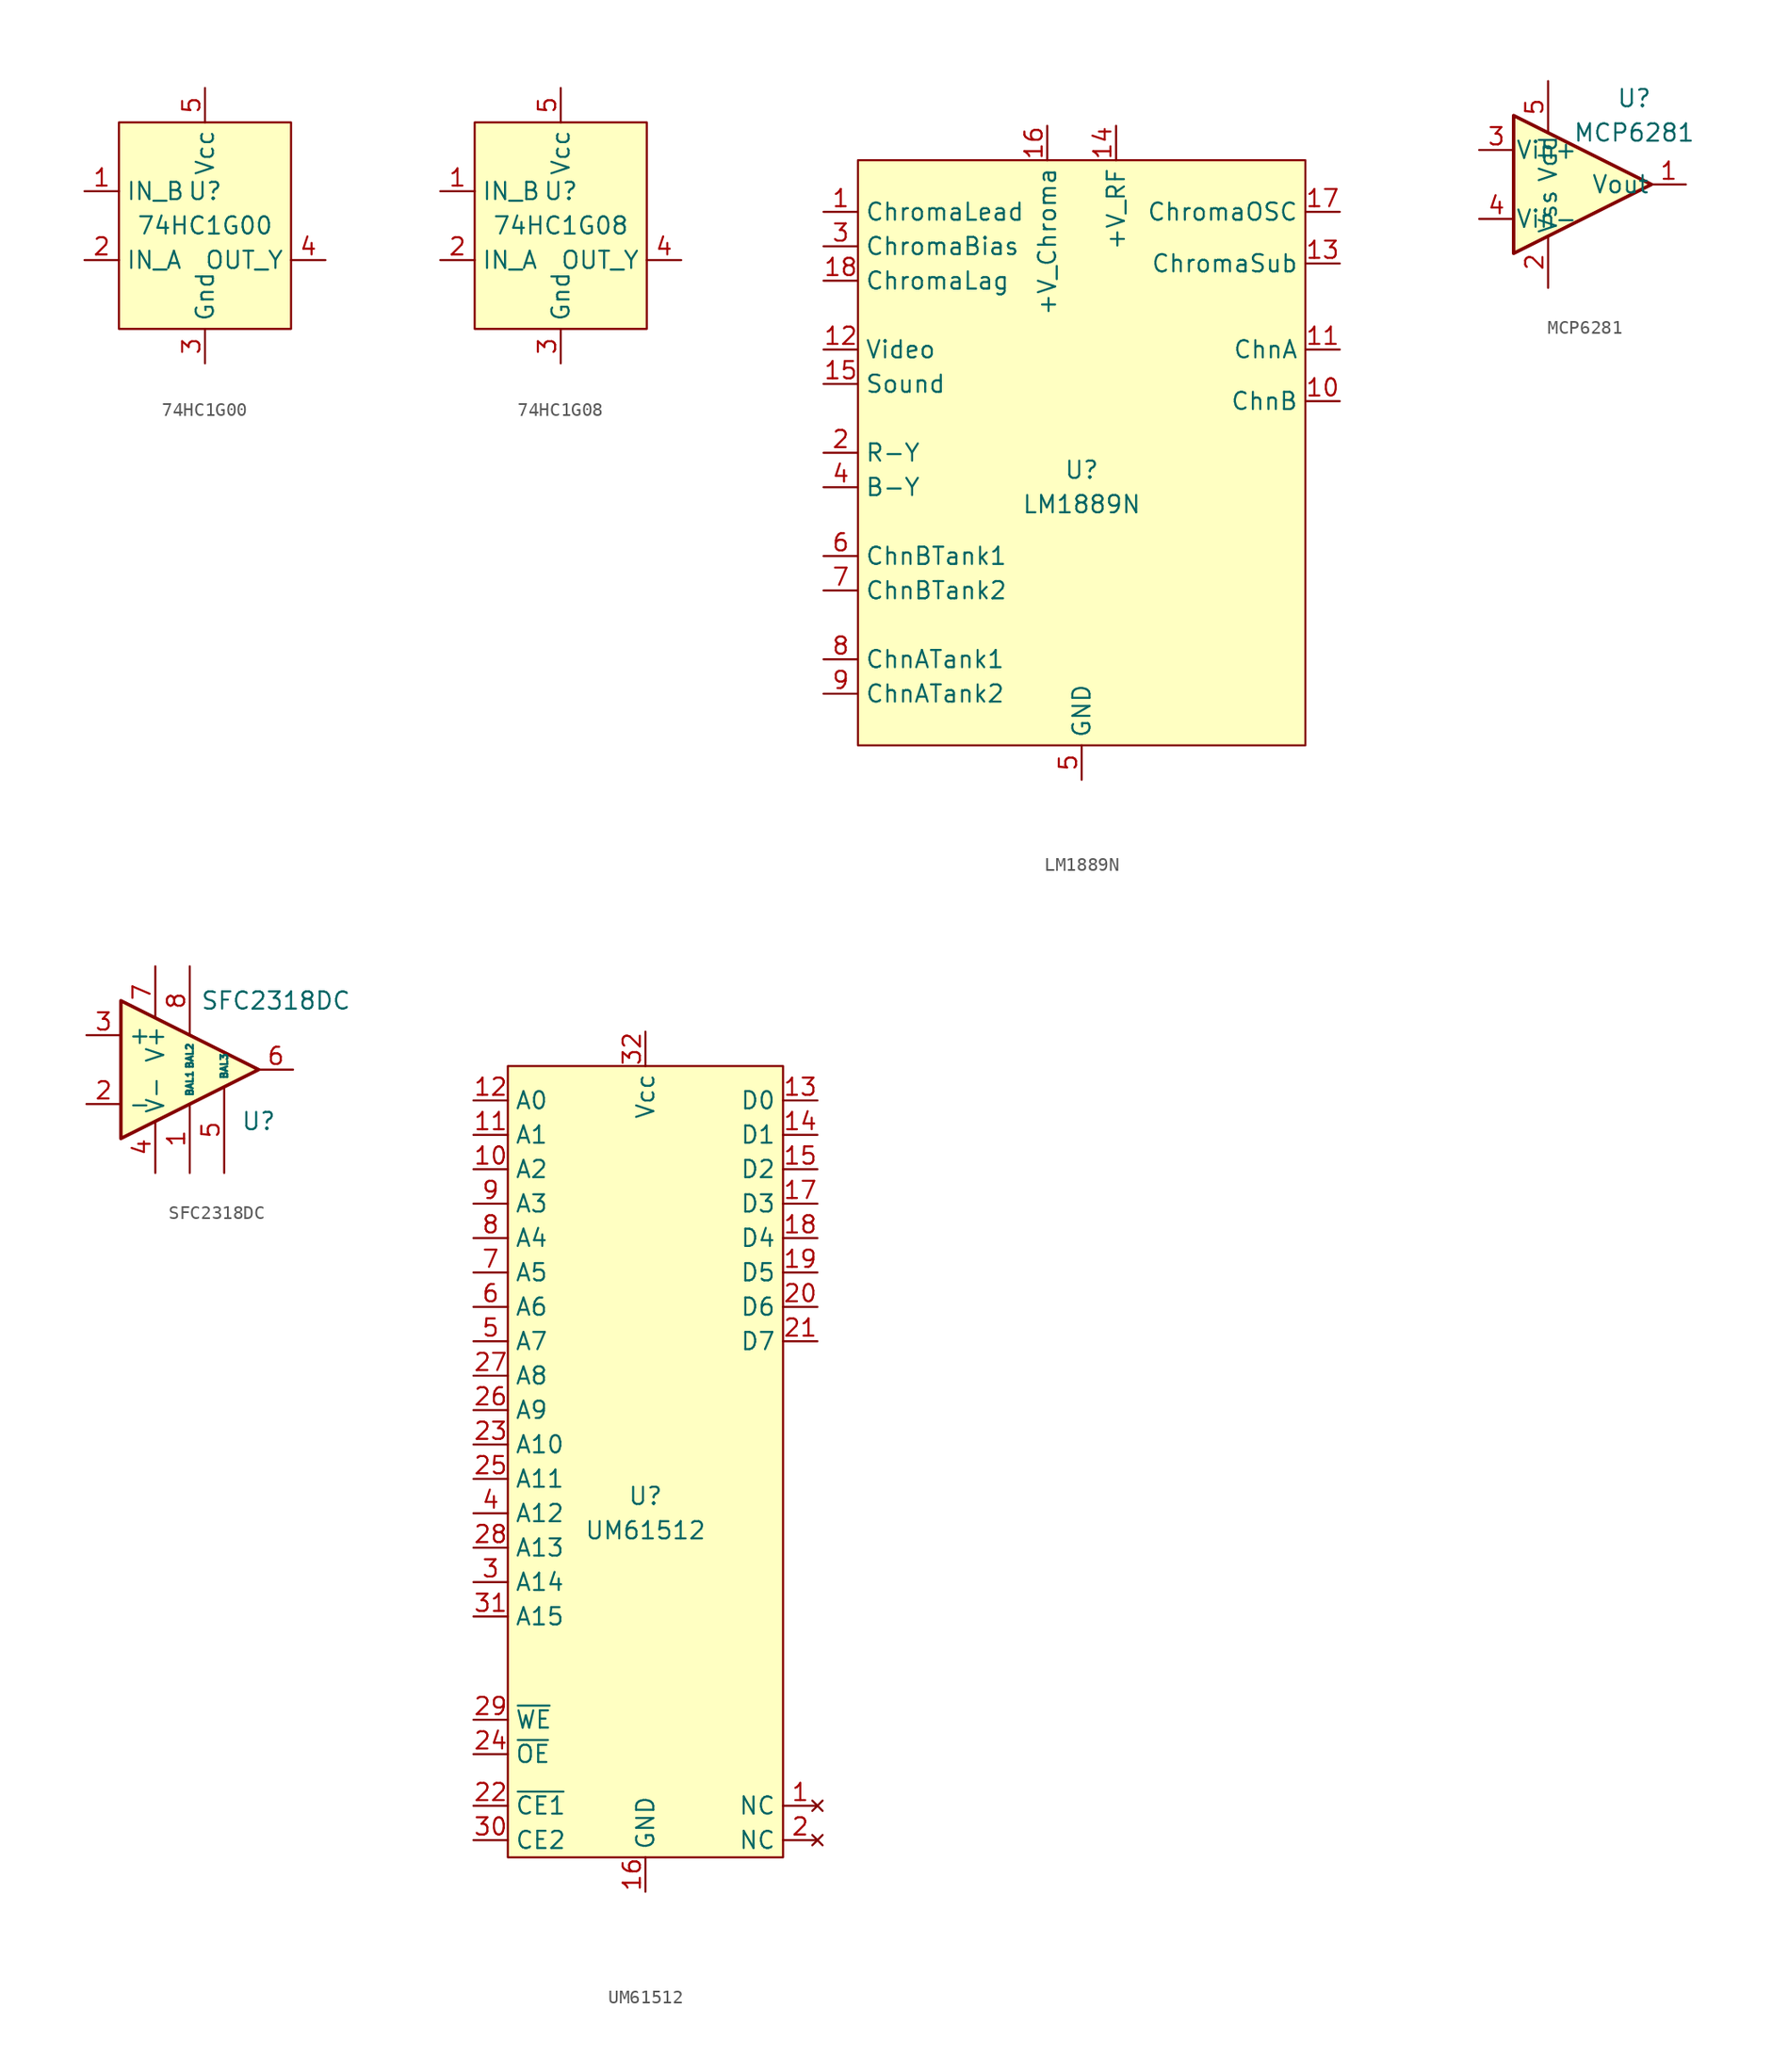
<source format=kicad_sym>
(kicad_symbol_lib
  (version 20220914)
  (generator kicad_symbol_editor)
  (symbol "74HC1G00"
    (property "Reference" "U"
      (at 0 2.54 0)
      (effects (font (size 1.27 1.27))))
    (property "Value" "74HC1G00"
      (at 0 0 0)
      (effects (font (size 1.27 1.27))))
    (symbol "74HC1G00_0_1"
      (rectangle (start -6.35 7.62) (end 6.35 -7.62) (stroke (width 0) (type default)) (fill (type background))))
    (symbol "74HC1G00_1_1"
      (pin input line (at -8.89 2.54 0) (length 2.54) (name "IN_B" (effects (font (size 1.27 1.27)))) (number "1" (effects (font (size 1.27 1.27)))))
      (pin input line (at -8.89 -2.54 0) (length 2.54) (name "IN_A" (effects (font (size 1.27 1.27)))) (number "2" (effects (font (size 1.27 1.27)))))
      (pin power_in line (at 0 -10.16 90) (length 2.54) (name "Gnd" (effects (font (size 1.27 1.27)))) (number "3" (effects (font (size 1.27 1.27)))))
      (pin output line (at 8.89 -2.54 180) (length 2.54) (name "OUT_Y" (effects (font (size 1.27 1.27)))) (number "4" (effects (font (size 1.27 1.27)))))
      (pin power_in line (at 0 10.16 270) (length 2.54) (name "Vcc" (effects (font (size 1.27 1.27)))) (number "5" (effects (font (size 1.27 1.27)))))))
  (symbol "74HC1G08"
    (property "Reference" "U"
      (at 0 2.54 0)
      (effects (font (size 1.27 1.27))))
    (property "Value" "74HC1G08"
      (at 0 0 0)
      (effects (font (size 1.27 1.27))))
    (symbol "74HC1G08_0_1"
      (rectangle (start -6.35 7.62) (end 6.35 -7.62) (stroke (width 0) (type default)) (fill (type background))))
    (symbol "74HC1G08_1_1"
      (pin input line (at -8.89 2.54 0) (length 2.54) (name "IN_B" (effects (font (size 1.27 1.27)))) (number "1" (effects (font (size 1.27 1.27)))))
      (pin input line (at -8.89 -2.54 0) (length 2.54) (name "IN_A" (effects (font (size 1.27 1.27)))) (number "2" (effects (font (size 1.27 1.27)))))
      (pin power_in line (at 0 -10.16 90) (length 2.54) (name "Gnd" (effects (font (size 1.27 1.27)))) (number "3" (effects (font (size 1.27 1.27)))))
      (pin output line (at 8.89 -2.54 180) (length 2.54) (name "OUT_Y" (effects (font (size 1.27 1.27)))) (number "4" (effects (font (size 1.27 1.27)))))
      (pin power_in line (at 0 10.16 270) (length 2.54) (name "Vcc" (effects (font (size 1.27 1.27)))) (number "5" (effects (font (size 1.27 1.27)))))))
  (symbol "LM1889N"
    (property "Reference" "U"
      (at 0 1.27 0)
      (effects (font (size 1.27 1.27))))
    (property "Value" "LM1889N"
      (at 0 -1.27 0)
      (effects (font (size 1.27 1.27))))
    (symbol "LM1889N_0_1"
      (rectangle (start -16.51 24.13) (end 16.51 -19.05) (stroke (width 0) (type default)) (fill (type background))))
    (symbol "LM1889N_1_1"
      (pin input line (at -19.05 20.32 0) (length 2.54) (name "ChromaLead" (effects (font (size 1.27 1.27)))) (number "1" (effects (font (size 1.27 1.27)))))
      (pin output line (at 19.05 6.35 180) (length 2.54) (name "ChnB" (effects (font (size 1.27 1.27)))) (number "10" (effects (font (size 1.27 1.27)))))
      (pin output line (at 19.05 10.16 180) (length 2.54) (name "ChnA" (effects (font (size 1.27 1.27)))) (number "11" (effects (font (size 1.27 1.27)))))
      (pin input line (at -19.05 10.16 0) (length 2.54) (name "Video" (effects (font (size 1.27 1.27)))) (number "12" (effects (font (size 1.27 1.27)))))
      (pin output line (at 19.05 16.51 180) (length 2.54) (name "ChromaSub" (effects (font (size 1.27 1.27)))) (number "13" (effects (font (size 1.27 1.27)))))
      (pin power_in line (at 2.54 26.67 270) (length 2.54) (name "+V_RF" (effects (font (size 1.27 1.27)))) (number "14" (effects (font (size 1.27 1.27)))))
      (pin input line (at -19.05 7.62 0) (length 2.54) (name "Sound" (effects (font (size 1.27 1.27)))) (number "15" (effects (font (size 1.27 1.27)))))
      (pin power_in line (at -2.54 26.67 270) (length 2.54) (name "+V_Chroma" (effects (font (size 1.27 1.27)))) (number "16" (effects (font (size 1.27 1.27)))))
      (pin output line (at 19.05 20.32 180) (length 2.54) (name "ChromaOSC" (effects (font (size 1.27 1.27)))) (number "17" (effects (font (size 1.27 1.27)))))
      (pin input line (at -19.05 15.24 0) (length 2.54) (name "ChromaLag" (effects (font (size 1.27 1.27)))) (number "18" (effects (font (size 1.27 1.27)))))
      (pin input line (at -19.05 2.54 0) (length 2.54) (name "R-Y" (effects (font (size 1.27 1.27)))) (number "2" (effects (font (size 1.27 1.27)))))
      (pin input line (at -19.05 17.78 0) (length 2.54) (name "ChromaBias" (effects (font (size 1.27 1.27)))) (number "3" (effects (font (size 1.27 1.27)))))
      (pin input line (at -19.05 0 0) (length 2.54) (name "B-Y" (effects (font (size 1.27 1.27)))) (number "4" (effects (font (size 1.27 1.27)))))
      (pin power_in line (at 0 -21.59 90) (length 2.54) (name "GND" (effects (font (size 1.27 1.27)))) (number "5" (effects (font (size 1.27 1.27)))))
      (pin input line (at -19.05 -5.08 0) (length 2.54) (name "ChnBTank1" (effects (font (size 1.27 1.27)))) (number "6" (effects (font (size 1.27 1.27)))))
      (pin input line (at -19.05 -7.62 0) (length 2.54) (name "ChnBTank2" (effects (font (size 1.27 1.27)))) (number "7" (effects (font (size 1.27 1.27)))))
      (pin input line (at -19.05 -12.7 0) (length 2.54) (name "ChnATank1" (effects (font (size 1.27 1.27)))) (number "8" (effects (font (size 1.27 1.27)))))
      (pin input line (at -19.05 -15.24 0) (length 2.54) (name "ChnATank2" (effects (font (size 1.27 1.27)))) (number "9" (effects (font (size 1.27 1.27)))))))
  (symbol "MCP6281"
    (pin_names
      (offset 0.127))
    (property "Reference" "U"
      (at 3.81 6.35 0)
      (effects (font (size 1.27 1.27))))
    (property "Value" "MCP6281"
      (at 3.81 3.81 0)
      (effects (font (size 1.27 1.27))))
    (symbol "MCP6281_0_1"
      (polyline (pts (xy -5.08 5.08) (xy 5.08 0) (xy -5.08 -5.08) (xy -5.08 5.08)) (stroke (width 0.254) (type default)) (fill (type background))))
    (symbol "MCP6281_1_1"
      (pin output line (at 7.62 0 180) (length 2.54) (name "Vout" (effects (font (size 1.27 1.27)))) (number "1" (effects (font (size 1.27 1.27)))))
      (pin power_in line (at -2.54 -7.62 90) (length 3.81) (name "Vss" (effects (font (size 1.27 1.27)))) (number "2" (effects (font (size 1.27 1.27)))))
      (pin input line (at -7.62 2.54 0) (length 2.54) (name "Vin+" (effects (font (size 1.27 1.27)))) (number "3" (effects (font (size 1.27 1.27)))))
      (pin input line (at -7.62 -2.54 0) (length 2.54) (name "Vin-" (effects (font (size 1.27 1.27)))) (number "4" (effects (font (size 1.27 1.27)))))
      (pin power_in line (at -2.54 7.62 270) (length 3.81) (name "Vdd" (effects (font (size 1.27 1.27)))) (number "5" (effects (font (size 1.27 1.27)))))))
  (symbol "SFC2318DC"
    (property "Reference" "U"
      (at 7.62 -3.81 0)
      (effects (font (size 1.27 1.27))))
    (property "Value" "SFC2318DC"
      (at 8.89 5.08 0)
      (effects (font (size 1.27 1.27))))
    (symbol "SFC2318DC_0_1"
      (polyline (pts (xy 7.62 0) (xy -2.54 5.08) (xy -2.54 -5.08) (xy 7.62 0)) (stroke (width 0.254) (type default)) (fill (type background))))
    (symbol "SFC2318DC_1_1"
      (pin passive line (at 2.54 -7.62 90) (length 5.08) (name "BAL1" (effects (font (size 0.508 0.508)))) (number "1" (effects (font (size 1.27 1.27)))))
      (pin input line (at -5.08 -2.54 0) (length 2.54) (name "-" (effects (font (size 1.27 1.27)))) (number "2" (effects (font (size 1.27 1.27)))))
      (pin input line (at -5.08 2.54 0) (length 2.54) (name "+" (effects (font (size 1.27 1.27)))) (number "3" (effects (font (size 1.27 1.27)))))
      (pin power_in line (at 0 -7.62 90) (length 3.81) (name "V-" (effects (font (size 1.27 1.27)))) (number "4" (effects (font (size 1.27 1.27)))))
      (pin passive line (at 5.08 -7.62 90) (length 6.35) (name "BAL3" (effects (font (size 0.508 0.508)))) (number "5" (effects (font (size 1.27 1.27)))))
      (pin output line (at 10.16 0 180) (length 2.54) (name "~" (effects (font (size 1.27 1.27)))) (number "6" (effects (font (size 1.27 1.27)))))
      (pin power_in line (at 0 7.62 270) (length 3.81) (name "V+" (effects (font (size 1.27 1.27)))) (number "7" (effects (font (size 1.27 1.27)))))
      (pin passive line (at 2.54 7.62 270) (length 5.08) (name "BAL2" (effects (font (size 0.508 0.508)))) (number "8" (effects (font (size 1.27 1.27)))))))
  (symbol "UM61512"
    (property "Reference" "U"
      (at 0 -3.81 0)
      (effects (font (size 1.27 1.27))))
    (property "Value" "UM61512"
      (at 0 -6.35 0)
      (effects (font (size 1.27 1.27))))
    (symbol "UM61512_0_1"
      (rectangle (start -10.16 27.94) (end 10.16 -30.48) (stroke (width 0) (type default)) (fill (type background))))
    (symbol "UM61512_1_1"
      (pin no_connect line (at 12.7 -26.67 180) (length 2.54) (name "NC" (effects (font (size 1.27 1.27)))) (number "1" (effects (font (size 1.27 1.27)))))
      (pin input line (at -12.7 20.32 0) (length 2.54) (name "A2" (effects (font (size 1.27 1.27)))) (number "10" (effects (font (size 1.27 1.27)))))
      (pin input line (at -12.7 22.86 0) (length 2.54) (name "A1" (effects (font (size 1.27 1.27)))) (number "11" (effects (font (size 1.27 1.27)))))
      (pin input line (at -12.7 25.4 0) (length 2.54) (name "A0" (effects (font (size 1.27 1.27)))) (number "12" (effects (font (size 1.27 1.27)))))
      (pin bidirectional line (at 12.7 25.4 180) (length 2.54) (name "D0" (effects (font (size 1.27 1.27)))) (number "13" (effects (font (size 1.27 1.27)))))
      (pin bidirectional line (at 12.7 22.86 180) (length 2.54) (name "D1" (effects (font (size 1.27 1.27)))) (number "14" (effects (font (size 1.27 1.27)))))
      (pin bidirectional line (at 12.7 20.32 180) (length 2.54) (name "D2" (effects (font (size 1.27 1.27)))) (number "15" (effects (font (size 1.27 1.27)))))
      (pin power_in line (at 0 -33.02 90) (length 2.54) (name "GND" (effects (font (size 1.27 1.27)))) (number "16" (effects (font (size 1.27 1.27)))))
      (pin bidirectional line (at 12.7 17.78 180) (length 2.54) (name "D3" (effects (font (size 1.27 1.27)))) (number "17" (effects (font (size 1.27 1.27)))))
      (pin bidirectional line (at 12.7 15.24 180) (length 2.54) (name "D4" (effects (font (size 1.27 1.27)))) (number "18" (effects (font (size 1.27 1.27)))))
      (pin bidirectional line (at 12.7 12.7 180) (length 2.54) (name "D5" (effects (font (size 1.27 1.27)))) (number "19" (effects (font (size 1.27 1.27)))))
      (pin no_connect line (at 12.7 -29.21 180) (length 2.54) (name "NC" (effects (font (size 1.27 1.27)))) (number "2" (effects (font (size 1.27 1.27)))))
      (pin bidirectional line (at 12.7 10.16 180) (length 2.54) (name "D6" (effects (font (size 1.27 1.27)))) (number "20" (effects (font (size 1.27 1.27)))))
      (pin bidirectional line (at 12.7 7.62 180) (length 2.54) (name "D7" (effects (font (size 1.27 1.27)))) (number "21" (effects (font (size 1.27 1.27)))))
      (pin input line (at -12.7 -26.67 0) (length 2.54) (name "~{CE1}" (effects (font (size 1.27 1.27)))) (number "22" (effects (font (size 1.27 1.27)))))
      (pin input line (at -12.7 0 0) (length 2.54) (name "A10" (effects (font (size 1.27 1.27)))) (number "23" (effects (font (size 1.27 1.27)))))
      (pin input line (at -12.7 -22.86 0) (length 2.54) (name "~{OE}" (effects (font (size 1.27 1.27)))) (number "24" (effects (font (size 1.27 1.27)))))
      (pin input line (at -12.7 -2.54 0) (length 2.54) (name "A11" (effects (font (size 1.27 1.27)))) (number "25" (effects (font (size 1.27 1.27)))))
      (pin input line (at -12.7 2.54 0) (length 2.54) (name "A9" (effects (font (size 1.27 1.27)))) (number "26" (effects (font (size 1.27 1.27)))))
      (pin input line (at -12.7 5.08 0) (length 2.54) (name "A8" (effects (font (size 1.27 1.27)))) (number "27" (effects (font (size 1.27 1.27)))))
      (pin input line (at -12.7 -7.62 0) (length 2.54) (name "A13" (effects (font (size 1.27 1.27)))) (number "28" (effects (font (size 1.27 1.27)))))
      (pin input line (at -12.7 -20.32 0) (length 2.54) (name "~{WE}" (effects (font (size 1.27 1.27)))) (number "29" (effects (font (size 1.27 1.27)))))
      (pin input line (at -12.7 -10.16 0) (length 2.54) (name "A14" (effects (font (size 1.27 1.27)))) (number "3" (effects (font (size 1.27 1.27)))))
      (pin input line (at -12.7 -29.21 0) (length 2.54) (name "CE2" (effects (font (size 1.27 1.27)))) (number "30" (effects (font (size 1.27 1.27)))))
      (pin input line (at -12.7 -12.7 0) (length 2.54) (name "A15" (effects (font (size 1.27 1.27)))) (number "31" (effects (font (size 1.27 1.27)))))
      (pin power_in line (at 0 30.48 270) (length 2.54) (name "Vcc" (effects (font (size 1.27 1.27)))) (number "32" (effects (font (size 1.27 1.27)))))
      (pin input line (at -12.7 -5.08 0) (length 2.54) (name "A12" (effects (font (size 1.27 1.27)))) (number "4" (effects (font (size 1.27 1.27)))))
      (pin input line (at -12.7 7.62 0) (length 2.54) (name "A7" (effects (font (size 1.27 1.27)))) (number "5" (effects (font (size 1.27 1.27)))))
      (pin input line (at -12.7 10.16 0) (length 2.54) (name "A6" (effects (font (size 1.27 1.27)))) (number "6" (effects (font (size 1.27 1.27)))))
      (pin input line (at -12.7 12.7 0) (length 2.54) (name "A5" (effects (font (size 1.27 1.27)))) (number "7" (effects (font (size 1.27 1.27)))))
      (pin input line (at -12.7 15.24 0) (length 2.54) (name "A4" (effects (font (size 1.27 1.27)))) (number "8" (effects (font (size 1.27 1.27)))))
      (pin input line (at -12.7 17.78 0) (length 2.54) (name "A3" (effects (font (size 1.27 1.27)))) (number "9" (effects (font (size 1.27 1.27))))))))
</source>
